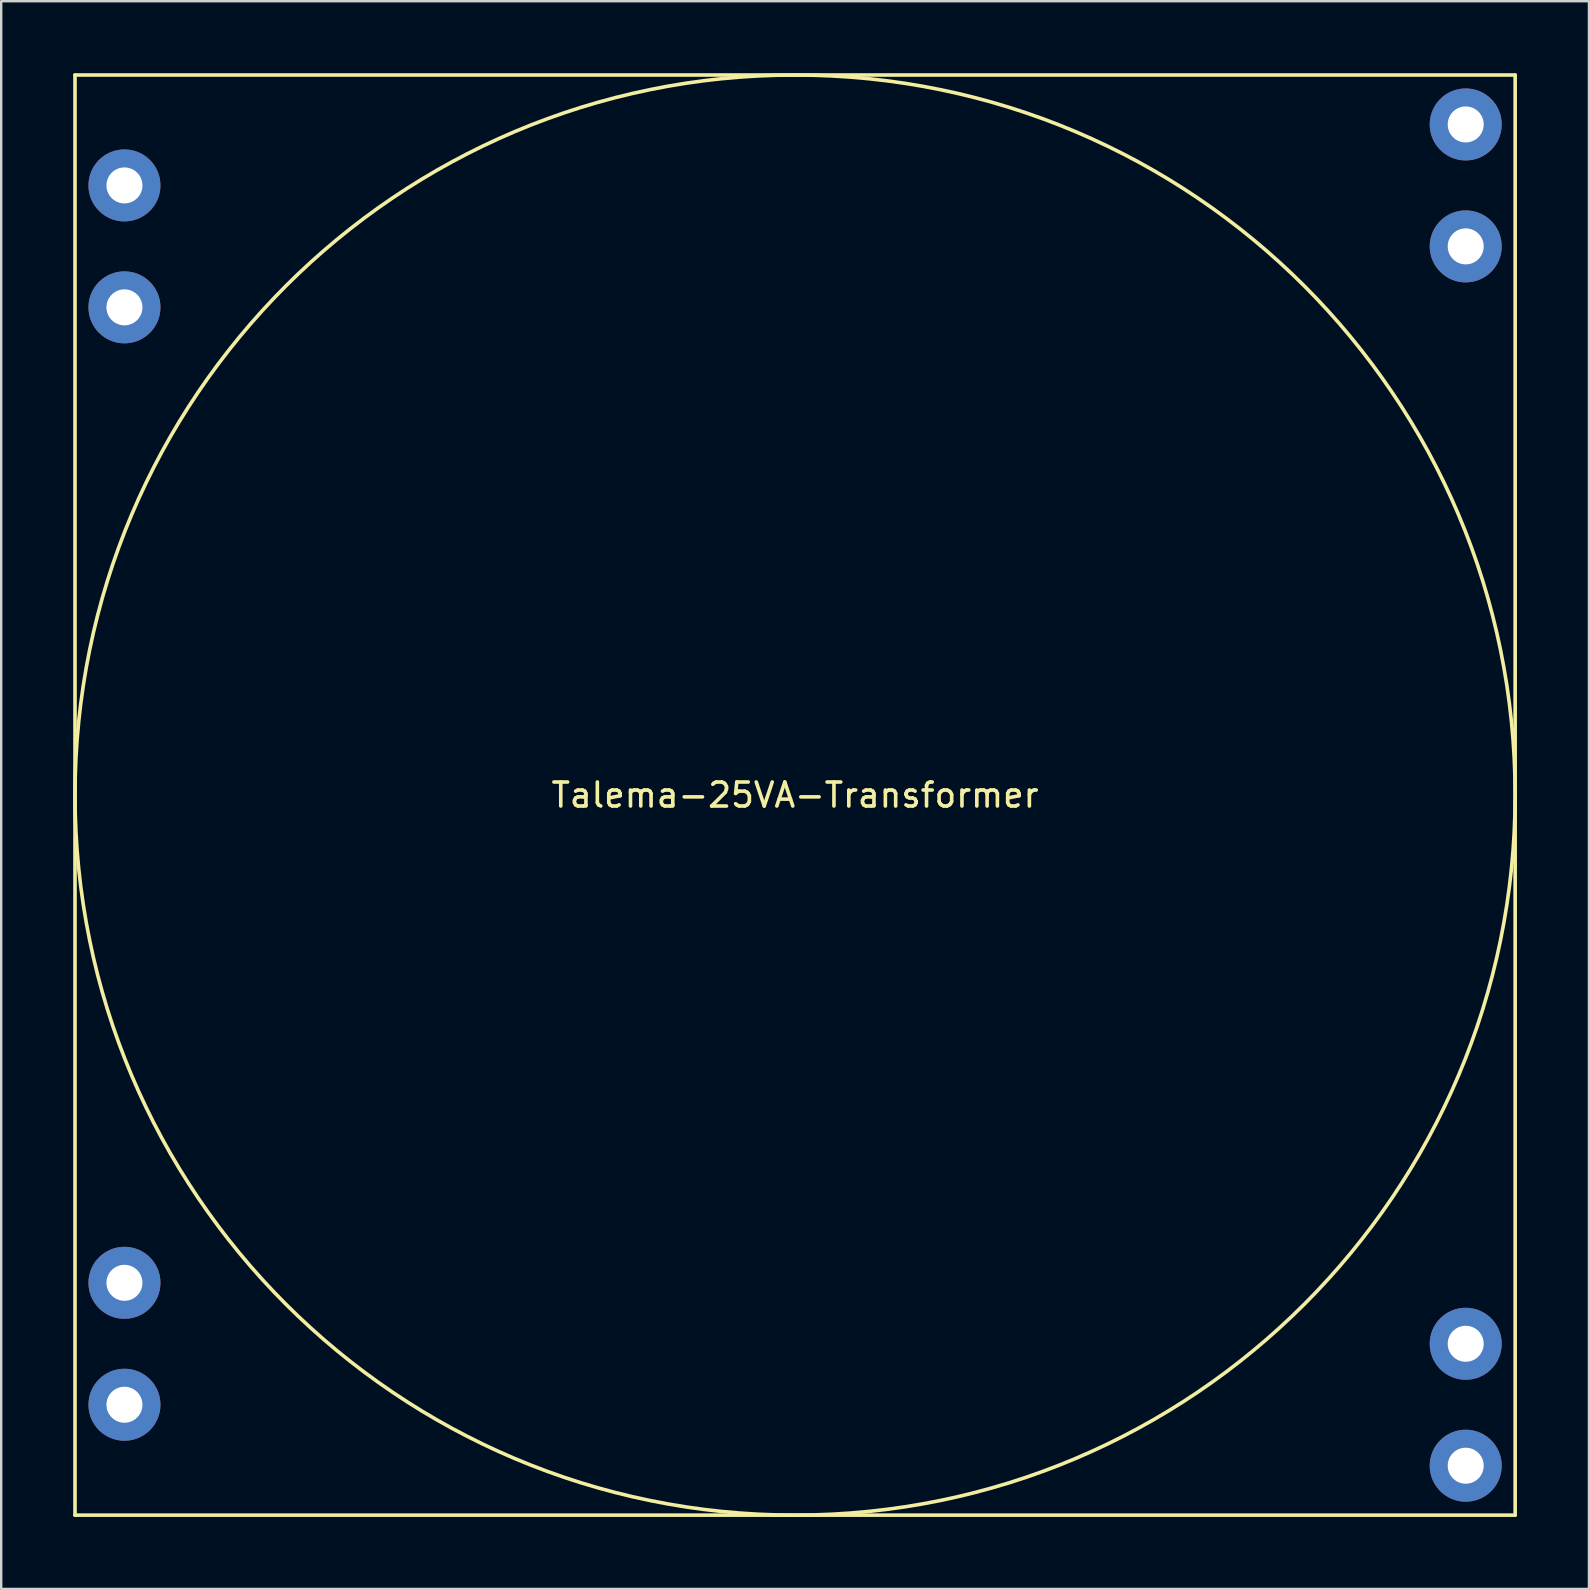
<source format=kicad_pcb>
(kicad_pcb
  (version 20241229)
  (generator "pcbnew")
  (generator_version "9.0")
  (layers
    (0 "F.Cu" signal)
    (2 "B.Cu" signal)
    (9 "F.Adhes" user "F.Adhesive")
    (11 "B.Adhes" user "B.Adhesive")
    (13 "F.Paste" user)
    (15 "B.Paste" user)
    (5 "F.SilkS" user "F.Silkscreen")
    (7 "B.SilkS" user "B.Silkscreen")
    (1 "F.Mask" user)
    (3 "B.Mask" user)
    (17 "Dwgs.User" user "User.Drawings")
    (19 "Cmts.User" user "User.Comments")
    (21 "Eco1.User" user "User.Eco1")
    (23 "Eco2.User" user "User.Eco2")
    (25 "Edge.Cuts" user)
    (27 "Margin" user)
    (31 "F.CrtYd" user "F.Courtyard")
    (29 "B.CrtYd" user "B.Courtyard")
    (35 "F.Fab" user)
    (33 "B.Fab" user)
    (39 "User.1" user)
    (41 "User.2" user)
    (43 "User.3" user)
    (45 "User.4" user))
  (footprint "Talema-25VA-Transformer"
    (layer "F.Cu")
    (at 30.075 30.075)
    (property "Reference" "Talema-25VA-Transformer" (at 0 0 0) (layer "F.SilkS") (effects (font (size 1 1) (thickness 0.15))))
    (attr through_hole)
    (fp_line (start -30 -30) (end 30 -30) (stroke (width 0.15) (type solid)) (layer "F.SilkS"))
    (fp_line (start -30 30) (end -30 -30) (stroke (width 0.15) (type solid)) (layer "F.SilkS"))
    (fp_line (start 30 -30) (end 30 30) (stroke (width 0.15) (type solid)) (layer "F.SilkS"))
    (fp_line (start 30 30) (end -30 30) (stroke (width 0.15) (type solid)) (layer "F.SilkS"))
    (fp_circle (center 0 0) (end 30 0) (stroke (width 0.15) (type solid)) (fill no) (layer "F.SilkS"))
    (pad "3" thru_hole circle (at -27.94 25.4) (size 3 3) (drill 1.5) (layers "*.Cu" "*.Mask"))
    (pad "4" thru_hole circle (at -27.94 20.32) (size 3 3) (drill 1.5) (layers "*.Cu" "*.Mask"))
    (pad "5" thru_hole circle (at -27.94 -20.32) (size 3 3) (drill 1.5) (layers "*.Cu" "*.Mask"))
    (pad "6" thru_hole circle (at -27.94 -25.4) (size 3 3) (drill 1.5) (layers "*.Cu" "*.Mask"))
    (pad "11" thru_hole circle (at 27.94 -27.94) (size 3 3) (drill 1.5) (layers "*.Cu" "*.Mask"))
    (pad "12" thru_hole circle (at 27.94 -22.86) (size 3 3) (drill 1.5) (layers "*.Cu" "*.Mask"))
    (pad "13" thru_hole circle (at 27.94 22.86) (size 3 3) (drill 1.5) (layers "*.Cu" "*.Mask"))
    (pad "14" thru_hole circle (at 27.94 27.94) (size 3 3) (drill 1.5) (layers "*.Cu" "*.Mask")))
  (gr_rect
    (start -3 -3)
    (end 63.15 63.15)
    (stroke (width 0.1) (type default))
    (fill no)
    (layer "Edge.Cuts")))
</source>
